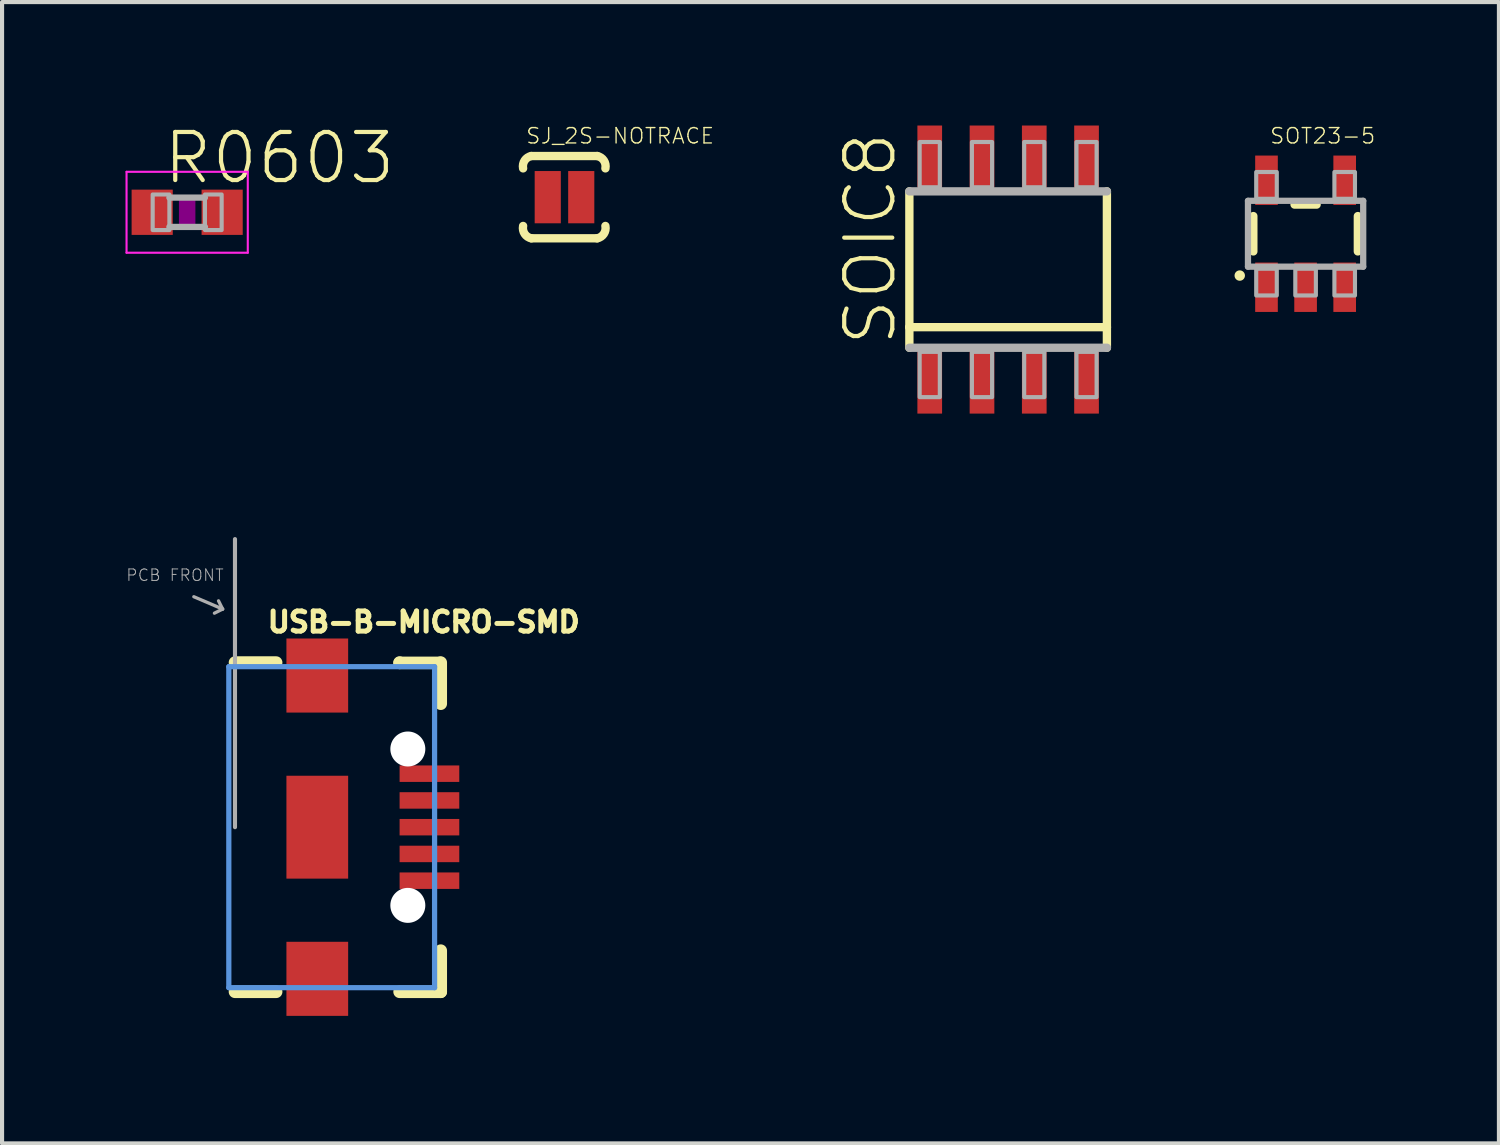
<source format=kicad_pcb>
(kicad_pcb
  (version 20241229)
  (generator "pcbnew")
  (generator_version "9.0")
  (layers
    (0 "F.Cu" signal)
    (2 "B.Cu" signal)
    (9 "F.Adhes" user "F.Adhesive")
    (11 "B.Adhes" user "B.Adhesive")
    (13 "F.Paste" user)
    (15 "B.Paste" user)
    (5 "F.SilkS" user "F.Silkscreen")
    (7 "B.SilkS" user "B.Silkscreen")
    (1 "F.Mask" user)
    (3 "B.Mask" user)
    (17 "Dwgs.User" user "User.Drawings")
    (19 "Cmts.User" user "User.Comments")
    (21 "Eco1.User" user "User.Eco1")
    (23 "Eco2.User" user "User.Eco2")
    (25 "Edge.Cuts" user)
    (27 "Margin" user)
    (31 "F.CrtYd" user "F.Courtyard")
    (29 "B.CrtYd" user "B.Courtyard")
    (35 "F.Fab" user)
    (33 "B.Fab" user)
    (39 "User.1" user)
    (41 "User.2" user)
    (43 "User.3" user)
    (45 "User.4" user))
  (footprint "R0603"
    (layer "F.Cu")
    (at 1.498 2.108)
    (property "Reference" "R0603" (at -0.635 -0.635 0) (layer "F.SilkS") (effects (font (size 1.168 1.168) (thickness 0.102)) (justify left bottom)))
    (fp_poly (pts (xy -0.2 0.4) (xy 0.2 0.4) (xy 0.2 -0.4) (xy -0.2 -0.4)) (stroke (width 0) (type solid)) (fill yes) (layer "F.Adhes"))
    (fp_line (start -1.473 -0.983) (end 1.473 -0.983) (stroke (width 0.051) (type solid)) (layer "F.CrtYd"))
    (fp_line (start -1.473 0.983) (end -1.473 -0.983) (stroke (width 0.051) (type solid)) (layer "F.CrtYd"))
    (fp_line (start 1.473 -0.983) (end 1.473 0.983) (stroke (width 0.051) (type solid)) (layer "F.CrtYd"))
    (fp_line (start 1.473 0.983) (end -1.473 0.983) (stroke (width 0.051) (type solid)) (layer "F.CrtYd"))
    (fp_line (start -0.432 0.356) (end 0.432 0.356) (stroke (width 0.152) (type solid)) (layer "F.Fab"))
    (fp_line (start 0.432 -0.356) (end -0.432 -0.356) (stroke (width 0.152) (type solid)) (layer "F.Fab"))
    (fp_poly (pts (xy -0.838 0.432) (xy -0.432 0.432) (xy -0.432 -0.432) (xy -0.838 -0.432)) (stroke (width 0.1) (type solid)) (fill no) (layer "F.Fab"))
    (fp_poly (pts (xy 0.432 0.432) (xy 0.838 0.432) (xy 0.838 -0.432) (xy 0.432 -0.432)) (stroke (width 0.1) (type solid)) (fill no) (layer "F.Fab"))
    (pad "1" smd rect (at -0.85 0) (size 1 1.1) (layers "F.Cu" "F.Mask" "F.Paste"))
    (pad "2" smd rect (at 0.85 0) (size 1 1.1) (layers "F.Cu" "F.Mask" "F.Paste")))
  (footprint "SJ_2S-NOTRACE"
    (layer "F.Cu")
    (at 10.661 1.741)
    (property "Reference" "SJ_2S-NOTRACE" (at -0.953 -1.27 0) (layer "F.SilkS") (effects (font (size 0.374 0.374) (thickness 0.033)) (justify left bottom)))
    (fp_line (start -0.8 -1) (end 0.8 -1) (stroke (width 0.203) (type solid)) (layer "F.SilkS"))
    (fp_line (start 0.8 1) (end -0.8 1) (stroke (width 0.203) (type solid)) (layer "F.SilkS"))
    (fp_arc (start -1 -0.7) (mid -0.962161 -0.891441) (end -0.799999 -0.999999) (stroke (width 0.2032) (type solid)) (layer "F.SilkS"))
    (fp_arc (start -0.799999 0.999999) (mid -0.96216 0.891441) (end -1 0.7) (stroke (width 0.2032) (type solid)) (layer "F.SilkS"))
    (fp_arc (start 0.8 -1) (mid 0.962191 -0.89146) (end 0.999999 -0.699999) (stroke (width 0.2032) (type solid)) (layer "F.SilkS"))
    (fp_arc (start 1.000001 0.699999) (mid 0.962162 0.891441) (end 0.8 1) (stroke (width 0.2032) (type solid)) (layer "F.SilkS"))
    (fp_poly (pts (xy -1.016 1.016) (xy 1.016 1.016) (xy 1.016 -1.016) (xy -1.016 -1.016)) (stroke (width 0) (type solid)) (fill yes) (layer "F.Paste"))
    (pad "1" smd rect (at -0.401 0 180) (size 0.635 1.27) (layers "F.Cu" "F.Mask"))
    (pad "2" smd rect (at 0.413 0) (size 0.635 1.27) (layers "F.Cu" "F.Mask")))
  (footprint "SOIC8"
    (layer "F.Cu")
    (at 21.447 3.5)
    (property "Reference" "SOIC8" (at -2.667 1.905 90) (layer "F.SilkS") (effects (font (size 1.168 1.168) (thickness 0.102)) (justify left bottom)))
    (fp_line (start -2.4 1.4) (end -2.4 -1.9) (stroke (width 0.203) (type solid)) (layer "F.SilkS"))
    (fp_line (start -2.4 1.9) (end -2.4 1.4) (stroke (width 0.203) (type solid)) (layer "F.SilkS"))
    (fp_line (start 2.4 -1.9) (end 2.4 1.4) (stroke (width 0.203) (type solid)) (layer "F.SilkS"))
    (fp_line (start 2.4 1.4) (end -2.4 1.4) (stroke (width 0.203) (type solid)) (layer "F.SilkS"))
    (fp_line (start 2.4 1.4) (end 2.4 1.9) (stroke (width 0.203) (type solid)) (layer "F.SilkS"))
    (fp_line (start -2.4 -1.9) (end 2.4 -1.9) (stroke (width 0.203) (type solid)) (layer "F.Fab"))
    (fp_line (start 2.4 1.9) (end -2.4 1.9) (stroke (width 0.203) (type solid)) (layer "F.Fab"))
    (fp_poly (pts (xy -2.15 -2) (xy -1.66 -2) (xy -1.66 -3.1) (xy -2.15 -3.1)) (stroke (width 0.1) (type solid)) (fill no) (layer "F.Fab"))
    (fp_poly (pts (xy -2.15 3.1) (xy -1.66 3.1) (xy -1.66 2) (xy -2.15 2)) (stroke (width 0.1) (type solid)) (fill no) (layer "F.Fab"))
    (fp_poly (pts (xy -0.88 -2) (xy -0.39 -2) (xy -0.39 -3.1) (xy -0.88 -3.1)) (stroke (width 0.1) (type solid)) (fill no) (layer "F.Fab"))
    (fp_poly (pts (xy -0.88 3.1) (xy -0.39 3.1) (xy -0.39 2) (xy -0.88 2)) (stroke (width 0.1) (type solid)) (fill no) (layer "F.Fab"))
    (fp_poly (pts (xy 0.39 -2) (xy 0.88 -2) (xy 0.88 -3.1) (xy 0.39 -3.1)) (stroke (width 0.1) (type solid)) (fill no) (layer "F.Fab"))
    (fp_poly (pts (xy 0.39 3.1) (xy 0.88 3.1) (xy 0.88 2) (xy 0.39 2)) (stroke (width 0.1) (type solid)) (fill no) (layer "F.Fab"))
    (fp_poly (pts (xy 1.66 -2) (xy 2.15 -2) (xy 2.15 -3.1) (xy 1.66 -3.1)) (stroke (width 0.1) (type solid)) (fill no) (layer "F.Fab"))
    (fp_poly (pts (xy 1.66 3.1) (xy 2.15 3.1) (xy 2.15 2) (xy 1.66 2)) (stroke (width 0.1) (type solid)) (fill no) (layer "F.Fab"))
    (pad "1" smd rect (at -1.905 2.75) (size 0.6 1.5) (layers "F.Cu" "F.Mask" "F.Paste"))
    (pad "2" smd rect (at -0.635 2.75) (size 0.6 1.5) (layers "F.Cu" "F.Mask" "F.Paste"))
    (pad "3" smd rect (at 0.635 2.75) (size 0.6 1.5) (layers "F.Cu" "F.Mask" "F.Paste"))
    (pad "4" smd rect (at 1.905 2.75) (size 0.6 1.5) (layers "F.Cu" "F.Mask" "F.Paste"))
    (pad "5" smd rect (at 1.905 -2.75) (size 0.6 1.5) (layers "F.Cu" "F.Mask" "F.Paste"))
    (pad "6" smd rect (at 0.635 -2.75) (size 0.6 1.5) (layers "F.Cu" "F.Mask" "F.Paste"))
    (pad "7" smd rect (at -0.635 -2.75) (size 0.6 1.5) (layers "F.Cu" "F.Mask" "F.Paste"))
    (pad "8" smd rect (at -1.905 -2.75) (size 0.6 1.5) (layers "F.Cu" "F.Mask" "F.Paste")))
  (footprint "SOT23-5"
    (layer "F.Cu")
    (at 28.675 2.63)
    (property "Reference" "SOT23-5" (at -0.889 -2.159 0) (layer "F.SilkS") (effects (font (size 0.374 0.374) (thickness 0.033)) (justify left bottom)))
    (fp_line (start -1.27 0.429) (end -1.27 -0.429) (stroke (width 0.203) (type solid)) (layer "F.SilkS"))
    (fp_line (start -0.268 -0.709) (end 0.268 -0.709) (stroke (width 0.203) (type solid)) (layer "F.SilkS"))
    (fp_line (start 1.27 -0.429) (end 1.27 0.429) (stroke (width 0.203) (type solid)) (layer "F.SilkS"))
    (fp_circle (center -1.6 1.016) (end -1.537 1.016) (stroke (width 0.127) (type solid)) (fill yes) (layer "F.SilkS"))
    (fp_line (start -1.4 -0.8) (end -1.4 0.8) (stroke (width 0.152) (type solid)) (layer "F.Fab"))
    (fp_line (start -1.4 -0.8) (end 1.4 -0.8) (stroke (width 0.152) (type solid)) (layer "F.Fab"))
    (fp_line (start 1.4 -0.8) (end 1.4 0.8) (stroke (width 0.152) (type solid)) (layer "F.Fab"))
    (fp_line (start 1.4 0.8) (end -1.4 0.8) (stroke (width 0.152) (type solid)) (layer "F.Fab"))
    (fp_poly (pts (xy -1.2 -0.85) (xy -0.7 -0.85) (xy -0.7 -1.5) (xy -1.2 -1.5)) (stroke (width 0.1) (type solid)) (fill no) (layer "F.Fab"))
    (fp_poly (pts (xy -1.2 1.5) (xy -0.7 1.5) (xy -0.7 0.85) (xy -1.2 0.85)) (stroke (width 0.1) (type solid)) (fill no) (layer "F.Fab"))
    (fp_poly (pts (xy -0.25 1.5) (xy 0.25 1.5) (xy 0.25 0.85) (xy -0.25 0.85)) (stroke (width 0.1) (type solid)) (fill no) (layer "F.Fab"))
    (fp_poly (pts (xy 0.7 -0.85) (xy 1.2 -0.85) (xy 1.2 -1.5) (xy 0.7 -1.5)) (stroke (width 0.1) (type solid)) (fill no) (layer "F.Fab"))
    (fp_poly (pts (xy 0.7 1.5) (xy 1.2 1.5) (xy 1.2 0.85) (xy 0.7 0.85)) (stroke (width 0.1) (type solid)) (fill no) (layer "F.Fab"))
    (pad "1" smd rect (at -0.95 1.3) (size 0.55 1.2) (layers "F.Cu" "F.Mask" "F.Paste"))
    (pad "2" smd rect (at 0 1.3) (size 0.55 1.2) (layers "F.Cu" "F.Mask" "F.Paste"))
    (pad "3" smd rect (at 0.95 1.3) (size 0.55 1.2) (layers "F.Cu" "F.Mask" "F.Paste"))
    (pad "4" smd rect (at 0.95 -1.3) (size 0.55 1.2) (layers "F.Cu" "F.Mask" "F.Paste"))
    (pad "5" smd rect (at -0.95 -1.3) (size 0.55 1.2) (layers "F.Cu" "F.Mask" "F.Paste")))
  (footprint "USB-B-MICRO-SMD"
    (layer "F.Cu")
    (at 4.66 17.05)
    (property "Reference" "USB-B-MICRO-SMD" (at -1.27 -4.699 0) (layer "F.SilkS") (effects (font (size 0.488 0.488) (thickness 0.122)) (justify left bottom)))
    (fp_poly (pts (xy -0.85 -2.684) (xy 0.85 -2.684) (xy 0.85 -4.684) (xy -0.85 -4.684)) (stroke (width 0) (type solid)) (fill yes) (layer "F.Mask"))
    (fp_poly (pts (xy -0.85 1.35) (xy 0.85 1.35) (xy 0.85 -1.35) (xy -0.85 -1.35)) (stroke (width 0) (type solid)) (fill yes) (layer "F.Mask"))
    (fp_poly (pts (xy -0.85 4.684) (xy 0.85 4.684) (xy 0.85 2.684) (xy -0.85 2.684)) (stroke (width 0) (type solid)) (fill yes) (layer "F.Mask"))
    (fp_line (start -1 -4) (end -2 -4) (stroke (width 0.305) (type solid)) (layer "F.SilkS"))
    (fp_line (start -1 4) (end -2 4) (stroke (width 0.305) (type solid)) (layer "F.SilkS"))
    (fp_line (start 2 -3.993) (end 2 -4) (stroke (width 0.305) (type solid)) (layer "F.SilkS"))
    (fp_line (start 2 4) (end 3 4) (stroke (width 0.305) (type solid)) (layer "F.SilkS"))
    (fp_line (start 2.982 -3.993) (end 2 -3.993) (stroke (width 0.305) (type solid)) (layer "F.SilkS"))
    (fp_line (start 3 -4) (end 3 -3) (stroke (width 0.305) (type solid)) (layer "F.SilkS"))
    (fp_line (start 3 4) (end 3 3) (stroke (width 0.305) (type solid)) (layer "F.SilkS"))
    (fp_poly (pts (xy -0.75 -2.784) (xy 0.75 -2.784) (xy 0.75 -4.584) (xy -0.75 -4.584)) (stroke (width 0) (type solid)) (fill yes) (layer "F.Paste"))
    (fp_poly (pts (xy -0.75 4.584) (xy 0.75 4.584) (xy 0.75 2.784) (xy -0.75 2.784)) (stroke (width 0) (type solid)) (fill yes) (layer "F.Paste"))
    (fp_poly (pts (xy -0.35 0.75) (xy 0.35 0.75) (xy 0.35 -0.75) (xy -0.35 -0.75)) (stroke (width 0) (type solid)) (fill yes) (layer "F.Paste"))
    (fp_line (start -2.15 -3.9) (end -2.15 3.9) (stroke (width 0.127) (type solid)) (layer "Cmts.User"))
    (fp_line (start 2.85 -3.9) (end -2.15 -3.9) (stroke (width 0.127) (type solid)) (layer "Cmts.User"))
    (fp_line (start 2.85 -3.9) (end 2.85 3.9) (stroke (width 0.127) (type solid)) (layer "Cmts.User"))
    (fp_line (start 2.85 3.9) (end -2.15 3.9) (stroke (width 0.127) (type solid)) (layer "Cmts.User"))
    (fp_line (start -3 -5.6) (end -2.3 -5.3) (stroke (width 0.08) (type solid)) (layer "F.Fab"))
    (fp_line (start -2.3 -5.3) (end -2.5 -5.2) (stroke (width 0.08) (type solid)) (layer "F.Fab"))
    (fp_line (start -2.3 -5.3) (end -2.4 -5.5) (stroke (width 0.08) (type solid)) (layer "F.Fab"))
    (fp_line (start -2 -7) (end -2 0) (stroke (width 0.1) (type solid)) (layer "F.Fab"))
    (fp_text user "PCB FRONT" (at -4.66 -5.96 0) (layer "F.Fab") (effects (font (size 0.28 0.28) (thickness 0.024)) (justify left bottom)))
    (pad "" np_thru_hole circle (at 2.2 -1.9) (size 0.85 0.85) (drill 0.85) (layers "*.Cu" "*.Mask"))
    (pad "" np_thru_hole circle (at 2.2 1.9) (size 0.85 0.85) (drill 0.85) (layers "*.Cu" "*.Mask"))
    (pad "D+" smd rect (at 2.725 0 90) (size 0.4 1.45) (layers "F.Cu" "F.Mask" "F.Paste"))
    (pad "D-" smd rect (at 2.725 -0.65 90) (size 0.4 1.45) (layers "F.Cu" "F.Mask" "F.Paste"))
    (pad "GND" smd rect (at 2.725 1.3 90) (size 0.4 1.45) (layers "F.Cu" "F.Mask" "F.Paste"))
    (pad "ID" smd rect (at 2.725 0.65 90) (size 0.4 1.45) (layers "F.Cu" "F.Mask" "F.Paste"))
    (pad "SHIELD1" smd rect (at 0 -3.685 90) (size 1.8 1.5) (layers "F.Cu"))
    (pad "SHIELD2" smd rect (at 0 3.685 90) (size 1.8 1.5) (layers "F.Cu"))
    (pad "SHIELD3" smd rect (at 0 0 90) (size 2.5 1.5) (layers "F.Cu"))
    (pad "VBUS" smd rect (at 2.725 -1.3 90) (size 0.4 1.45) (layers "F.Cu" "F.Mask" "F.Paste")))
  (gr_rect
    (start -3 -3)
    (end 33.373 24.734)
    (stroke (width 0.1) (type default))
    (fill no)
    (layer "Edge.Cuts")))
</source>
